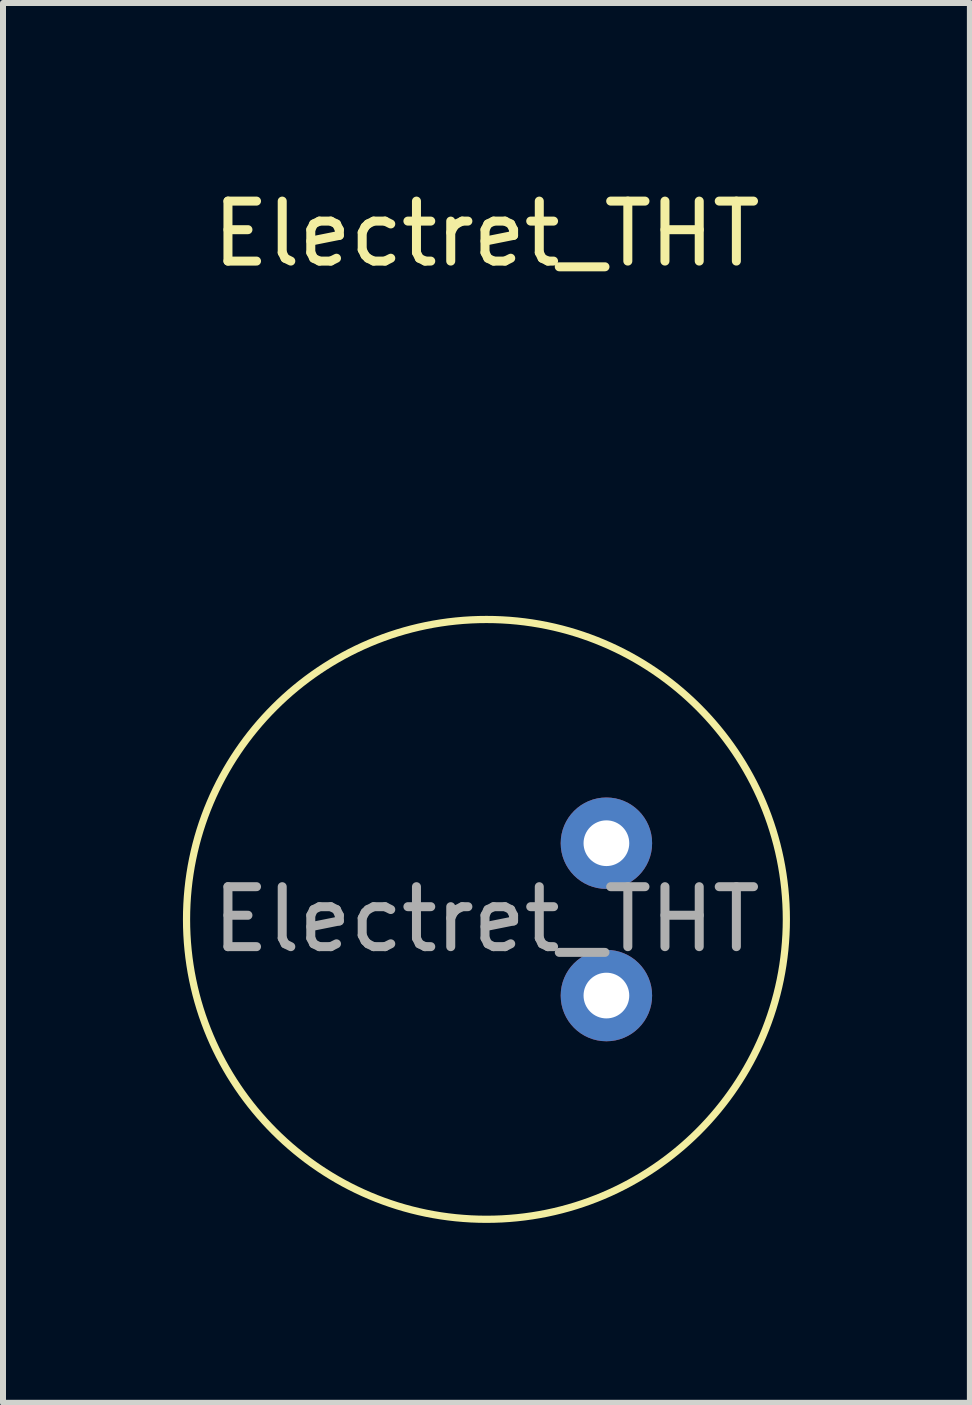
<source format=kicad_pcb>
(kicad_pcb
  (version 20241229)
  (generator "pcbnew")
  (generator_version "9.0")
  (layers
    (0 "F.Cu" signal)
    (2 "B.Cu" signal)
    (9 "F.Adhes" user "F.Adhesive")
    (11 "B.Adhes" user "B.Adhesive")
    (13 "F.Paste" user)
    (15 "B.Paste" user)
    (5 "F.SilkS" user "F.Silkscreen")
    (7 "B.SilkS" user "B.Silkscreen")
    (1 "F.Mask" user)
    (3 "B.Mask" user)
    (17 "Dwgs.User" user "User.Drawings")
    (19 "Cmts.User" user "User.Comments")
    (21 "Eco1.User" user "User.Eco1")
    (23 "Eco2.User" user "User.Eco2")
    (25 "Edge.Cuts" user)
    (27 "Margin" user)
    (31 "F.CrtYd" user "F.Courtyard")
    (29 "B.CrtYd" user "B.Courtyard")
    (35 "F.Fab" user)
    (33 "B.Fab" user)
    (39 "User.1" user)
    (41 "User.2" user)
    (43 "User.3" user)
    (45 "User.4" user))
  (footprint "Electret_THT"
    (layer "F.Cu")
    (at 5.06 12.278)
    (property "Reference" "Electret_THT" (at 0 -11.43 0) (unlocked yes) (layer "F.SilkS") (effects (font (size 1 1) (thickness 0.15))))
    (attr through_hole)
    (fp_circle (center 0 0) (end 5 0) (stroke (width 0.12) (type solid)) (fill no) (layer "F.SilkS"))
    (fp_text user "${REFERENCE}" (at 0 0 0) (unlocked yes) (layer "F.Fab") (effects (font (size 1 1) (thickness 0.15))))
    (pad "1" thru_hole circle (at 2 -1.27) (size 1.524 1.524) (drill 0.762) (layers "*.Cu" "*.Mask"))
    (pad "2" thru_hole circle (at 2 1.27) (size 1.524 1.524) (drill 0.762) (layers "*.Cu" "*.Mask")))
  (gr_rect
    (start -3 -3)
    (end 13.12 20.338)
    (stroke (width 0.1) (type default))
    (fill no)
    (layer "Edge.Cuts")))
</source>
